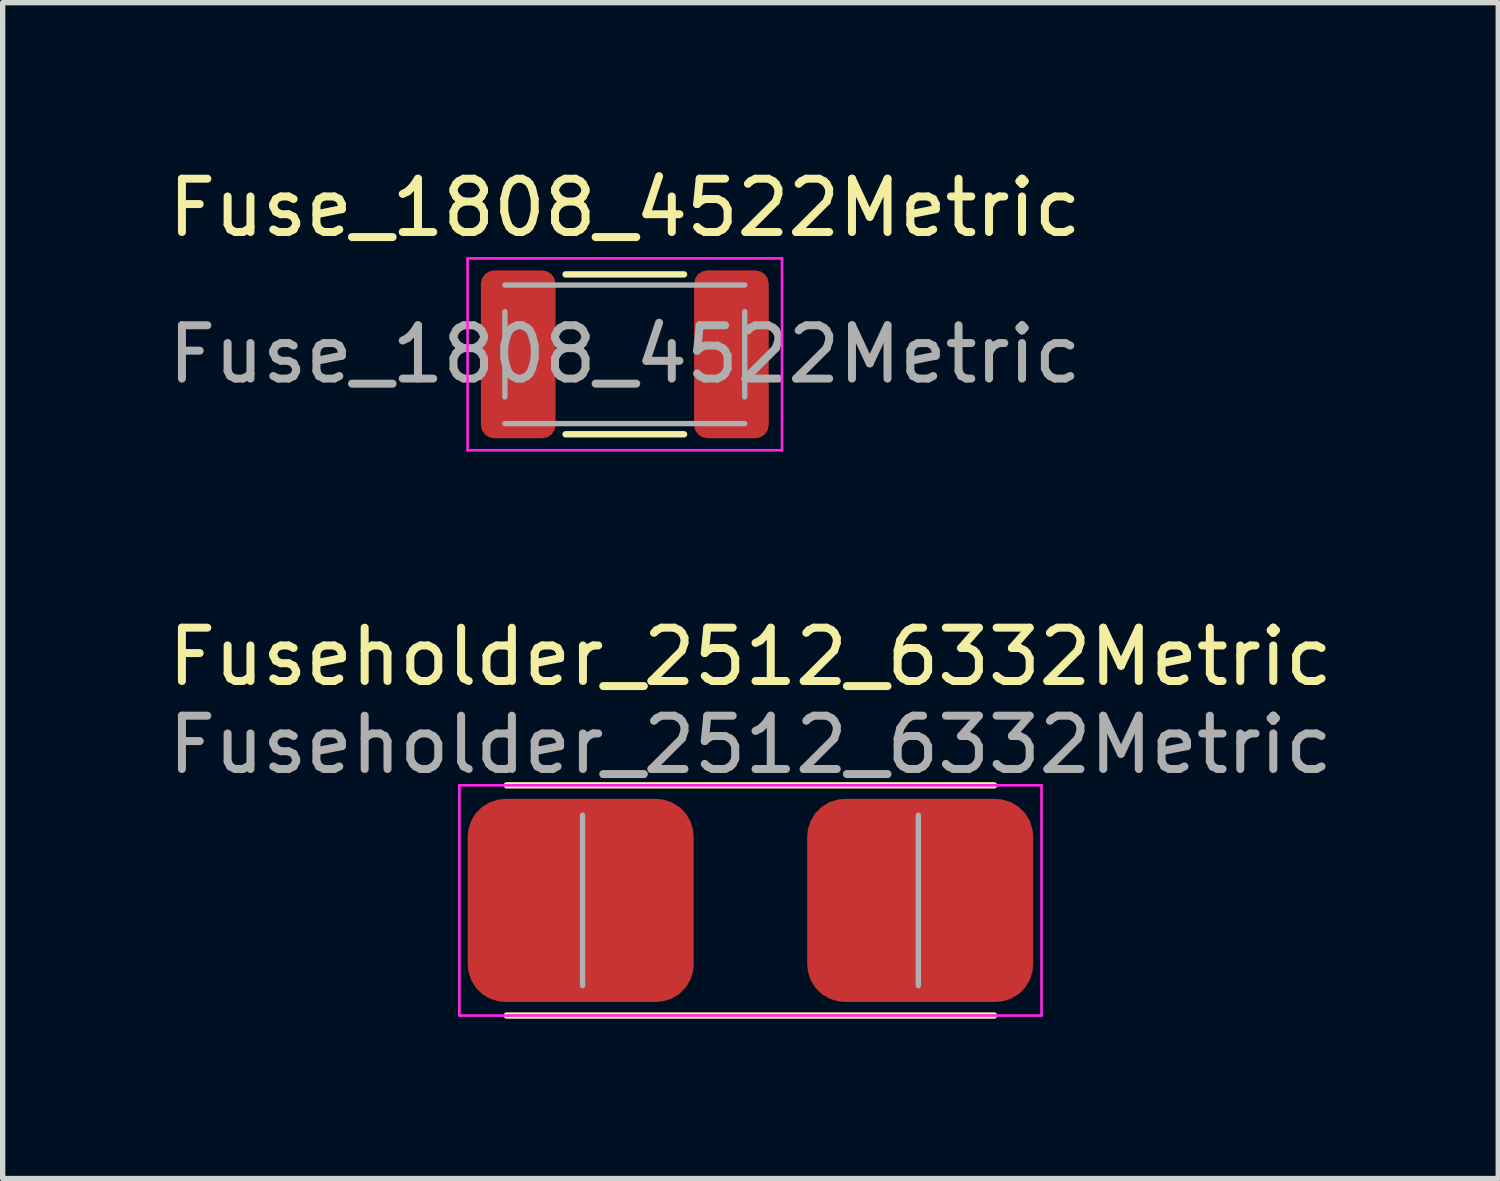
<source format=kicad_pcb>
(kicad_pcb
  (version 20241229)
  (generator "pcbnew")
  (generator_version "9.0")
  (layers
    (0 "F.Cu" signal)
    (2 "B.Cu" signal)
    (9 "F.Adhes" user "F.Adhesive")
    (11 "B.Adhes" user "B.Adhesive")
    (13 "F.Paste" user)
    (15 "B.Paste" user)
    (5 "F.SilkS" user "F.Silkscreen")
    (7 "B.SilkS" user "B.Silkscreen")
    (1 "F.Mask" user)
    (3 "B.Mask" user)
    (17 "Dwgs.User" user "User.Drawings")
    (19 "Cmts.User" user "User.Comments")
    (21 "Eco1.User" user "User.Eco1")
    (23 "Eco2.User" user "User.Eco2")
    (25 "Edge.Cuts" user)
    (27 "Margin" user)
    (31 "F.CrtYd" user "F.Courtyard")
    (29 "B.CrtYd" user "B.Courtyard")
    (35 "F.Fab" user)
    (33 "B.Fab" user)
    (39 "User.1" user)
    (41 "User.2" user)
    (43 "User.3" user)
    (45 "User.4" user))
  (footprint "Fuseholder_2512_6332Metric"
    (layer "F.Cu")
    (at 11.03 13.844)
    (property "Reference" "Fuseholder_2512_6332Metric" (at 0 -4.572 0) (layer "F.SilkS") (effects (font (size 1 1) (thickness 0.15))))
    (attr smd)
    (fp_line (start -4.572 -2.159) (end 4.572 -2.159) (stroke (width 0.12) (type solid)) (layer "F.SilkS"))
    (fp_line (start -4.572 2.159) (end 4.572 2.159) (stroke (width 0.12) (type solid)) (layer "F.SilkS"))
    (fp_line (start -5.461 -2.159) (end 5.461 -2.159) (stroke (width 0.05) (type solid)) (layer "F.CrtYd"))
    (fp_line (start -5.461 2.159) (end -5.461 -2.159) (stroke (width 0.05) (type solid)) (layer "F.CrtYd"))
    (fp_line (start 5.461 -2.159) (end 5.461 2.159) (stroke (width 0.05) (type solid)) (layer "F.CrtYd"))
    (fp_line (start 5.461 2.159) (end -5.461 2.159) (stroke (width 0.05) (type solid)) (layer "F.CrtYd"))
    (fp_line (start -3.15 1.6) (end -3.15 -1.6) (stroke (width 0.1) (type solid)) (layer "F.Fab"))
    (fp_line (start 3.15 -1.6) (end 3.15 1.6) (stroke (width 0.1) (type solid)) (layer "F.Fab"))
    (fp_text user "${REFERENCE}" (at 0 -2.921 0) (layer "F.Fab") (effects (font (size 1 1) (thickness 0.15))))
    (pad "1" smd roundrect (at -3.185 0) (size 4.24 3.81) (layers "F.Cu" "F.Mask" "F.Paste") (roundrect_rratio 0.185))
    (pad "2" smd roundrect (at 3.185 0) (size 4.24 3.81) (layers "F.Cu" "F.Mask" "F.Paste") (roundrect_rratio 0.185)))
  (footprint "Fuse_1808_4522Metric"
    (layer "F.Cu")
    (at 8.673 3.598)
    (property "Reference" "Fuse_1808_4522Metric" (at 0 -2.75 0) (layer "F.SilkS") (effects (font (size 1 1) (thickness 0.15))))
    (attr smd)
    (fp_line (start -1.111 -1.5) (end 1.111 -1.5) (stroke (width 0.12) (type solid)) (layer "F.SilkS"))
    (fp_line (start -1.111 1.5) (end 1.111 1.5) (stroke (width 0.12) (type solid)) (layer "F.SilkS"))
    (fp_line (start -2.95 -1.8) (end 2.95 -1.8) (stroke (width 0.05) (type solid)) (layer "F.CrtYd"))
    (fp_line (start -2.95 1.8) (end -2.95 -1.8) (stroke (width 0.05) (type solid)) (layer "F.CrtYd"))
    (fp_line (start 2.95 -1.8) (end 2.95 1.8) (stroke (width 0.05) (type solid)) (layer "F.CrtYd"))
    (fp_line (start 2.95 1.8) (end -2.95 1.8) (stroke (width 0.05) (type solid)) (layer "F.CrtYd"))
    (fp_line (start -2.25 -1.3) (end 2.25 -1.3) (stroke (width 0.1) (type solid)) (layer "F.Fab"))
    (fp_line (start -2.25 0.8) (end -2.25 -0.8) (stroke (width 0.1) (type solid)) (layer "F.Fab"))
    (fp_line (start 2.25 -0.8) (end 2.25 0.8) (stroke (width 0.1) (type solid)) (layer "F.Fab"))
    (fp_line (start 2.25 1.3) (end -2.25 1.3) (stroke (width 0.1) (type solid)) (layer "F.Fab"))
    (fp_text user "${REFERENCE}" (at 0 0 0) (layer "F.Fab") (effects (font (size 1 1) (thickness 0.15))))
    (pad "1" smd roundrect (at -2 0) (size 1.4 3.15) (layers "F.Cu" "F.Mask" "F.Paste") (roundrect_rratio 0.179))
    (pad "2" smd roundrect (at 2 0) (size 1.4 3.15) (layers "F.Cu" "F.Mask" "F.Paste") (roundrect_rratio 0.179)))
  (gr_rect
    (start -3 -3)
    (end 25.06 19.062)
    (stroke (width 0.1) (type default))
    (fill no)
    (layer "Edge.Cuts")))
</source>
